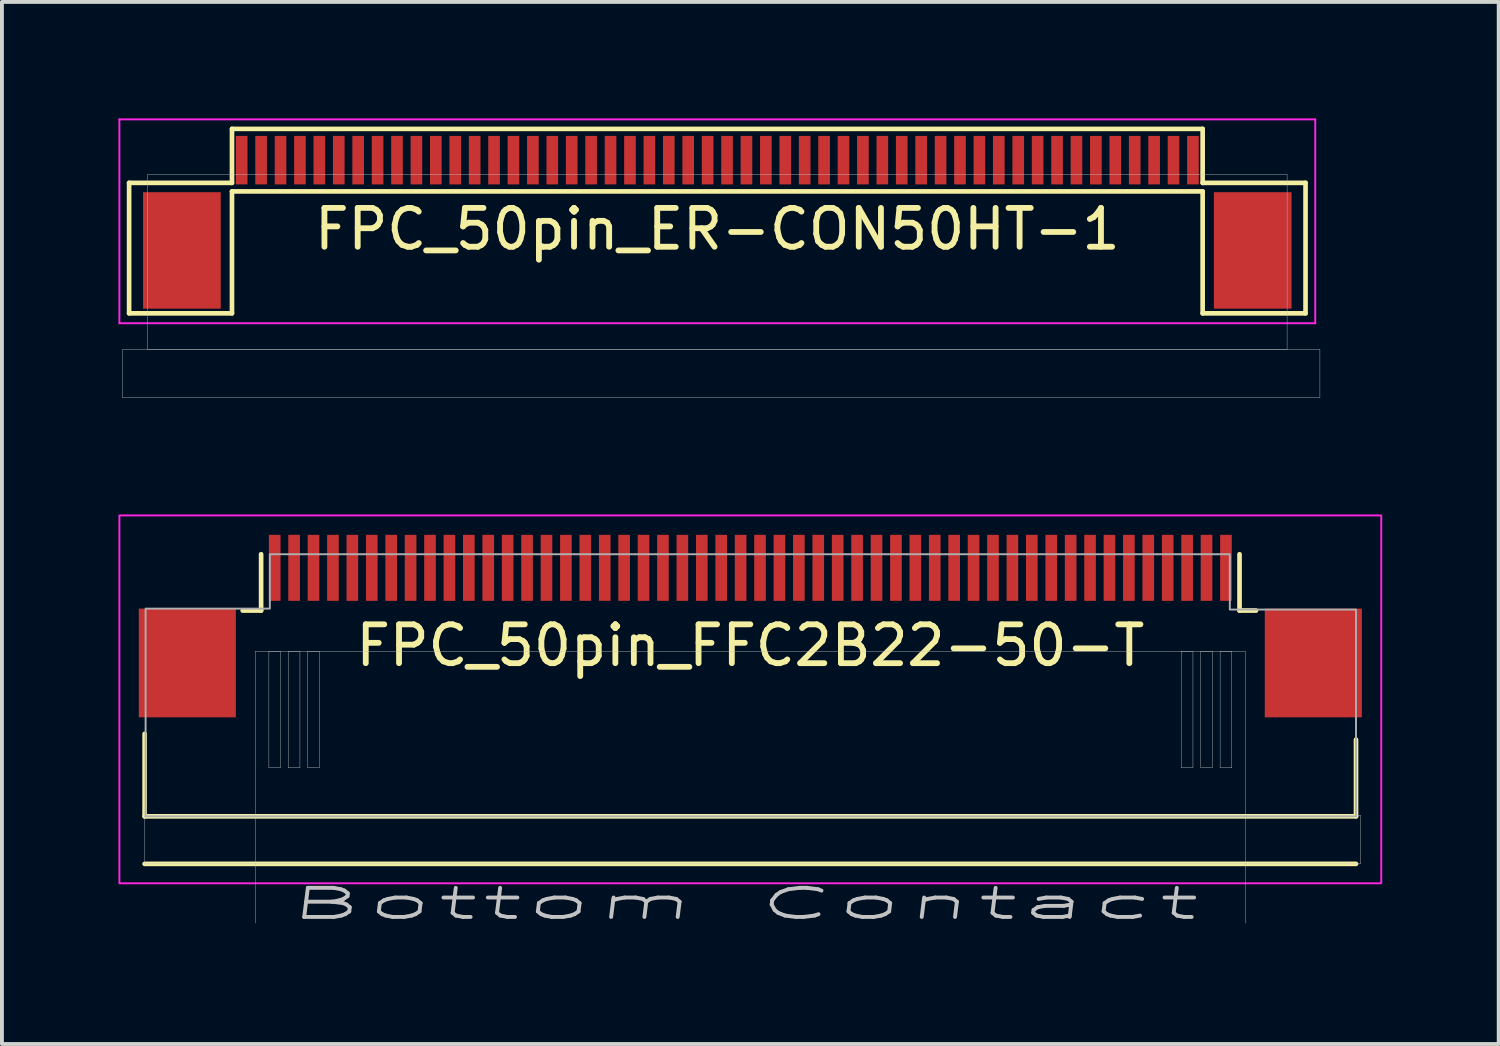
<source format=kicad_pcb>
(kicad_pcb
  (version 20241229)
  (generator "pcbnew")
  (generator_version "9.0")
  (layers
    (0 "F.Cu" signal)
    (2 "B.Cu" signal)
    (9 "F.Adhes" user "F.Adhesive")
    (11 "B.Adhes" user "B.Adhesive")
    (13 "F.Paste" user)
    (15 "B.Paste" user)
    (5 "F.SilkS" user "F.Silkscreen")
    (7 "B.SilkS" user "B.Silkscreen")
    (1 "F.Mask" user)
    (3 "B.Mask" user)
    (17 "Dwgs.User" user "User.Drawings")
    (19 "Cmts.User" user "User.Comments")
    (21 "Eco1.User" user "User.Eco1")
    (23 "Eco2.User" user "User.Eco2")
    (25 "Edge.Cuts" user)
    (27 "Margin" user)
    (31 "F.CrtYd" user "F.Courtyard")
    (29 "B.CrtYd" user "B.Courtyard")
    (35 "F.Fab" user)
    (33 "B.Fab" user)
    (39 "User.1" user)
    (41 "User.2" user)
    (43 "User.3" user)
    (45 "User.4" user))
  (footprint "FPC_50pin_FFC2B22-50-T"
    (layer "F.Cu")
    (at 16.275 13.725)
    (property "Reference" "FPC_50pin_FFC2B22-50-T" (at 0 -0.15 0) (layer "F.SilkS") (effects (font (size 1 1) (thickness 0.15))))
    (attr smd)
    (fp_line (start -15.6 4.25) (end -15.6 2.125) (stroke (width 0.12) (type solid)) (layer "F.SilkS"))
    (fp_line (start -13.075 -1.05) (end -12.6 -1.05) (stroke (width 0.12) (type solid)) (layer "F.SilkS"))
    (fp_line (start -12.6 -1.05) (end -12.6 -2.5) (stroke (width 0.12) (type solid)) (layer "F.SilkS"))
    (fp_line (start 12.6 -1.05) (end 12.6 -2.5) (stroke (width 0.12) (type solid)) (layer "F.SilkS"))
    (fp_line (start 13.025 -1.05) (end 12.6 -1.05) (stroke (width 0.12) (type solid)) (layer "F.SilkS"))
    (fp_line (start 15.6 4.25) (end -15.6 4.25) (stroke (width 0.12) (type solid)) (layer "F.SilkS"))
    (fp_line (start 15.6 4.25) (end 15.6 2.275) (stroke (width 0.12) (type solid)) (layer "F.SilkS"))
    (fp_line (start 15.6 5.475) (end -15.6 5.475) (stroke (width 0.12) (type solid)) (layer "F.SilkS"))
    (fp_line (start -12.75 0) (end -12.75 7) (stroke (width 0.01) (type solid)) (layer "Dwgs.User"))
    (fp_line (start -12.75 0) (end 12.75 0) (stroke (width 0.01) (type solid)) (layer "Dwgs.User"))
    (fp_line (start 12.75 0) (end 12.75 7) (stroke (width 0.01) (type solid)) (layer "Dwgs.User"))
    (fp_rect (start -12.4 0) (end -12.1 3) (stroke (width 0.01) (type solid)) (fill no) (layer "Dwgs.User"))
    (fp_rect (start -11.9 0) (end -11.6 3) (stroke (width 0.01) (type solid)) (fill no) (layer "Dwgs.User"))
    (fp_rect (start -11.4 0) (end -11.1 3) (stroke (width 0.01) (type solid)) (fill no) (layer "Dwgs.User"))
    (fp_rect (start 11.1 0) (end 11.4 3) (stroke (width 0.01) (type solid)) (fill no) (layer "Dwgs.User"))
    (fp_rect (start 11.6 0) (end 11.9 3) (stroke (width 0.01) (type solid)) (fill no) (layer "Dwgs.User"))
    (fp_rect (start 12.1 0) (end 12.4 3) (stroke (width 0.01) (type solid)) (fill no) (layer "Dwgs.User"))
    (fp_poly (pts (xy 15.72 5.475) (xy -15.595 5.475) (xy -15.595 4.225) (xy 15.72 4.225)) (stroke (width 0.01) (type solid)) (fill no) (layer "Dwgs.User"))
    (fp_rect (start -16.25 -3.5) (end 16.25 5.975) (stroke (width 0.05) (type solid)) (fill no) (layer "F.CrtYd"))
    (fp_poly (pts (xy 12.35 -1.075) (xy 15.6 -1.075) (xy 15.6 4.25) (xy -15.575 4.25) (xy -15.575 -1.1) (xy -12.375 -1.1) (xy -12.375 -2.5) (xy 12.35 -2.5)) (stroke (width 0.05) (type solid)) (fill no) (layer "F.Fab"))
    (fp_text user "Bottom Contact" (at -0.2 6.5 0) (unlocked yes) (layer "Dwgs.User") (effects (font (size 0.75 2) (thickness 0.1) (italic yes))))
    (pad "1" smd rect (at 12.25 -2.15) (size 0.3 1.7) (layers "F.Cu" "F.Mask" "F.Paste"))
    (pad "2" smd rect (at 11.75 -2.15) (size 0.3 1.7) (layers "F.Cu" "F.Mask" "F.Paste"))
    (pad "3" smd rect (at 11.25 -2.15) (size 0.3 1.7) (layers "F.Cu" "F.Mask" "F.Paste"))
    (pad "4" smd rect (at 10.75 -2.15) (size 0.3 1.7) (layers "F.Cu" "F.Mask" "F.Paste"))
    (pad "5" smd rect (at 10.25 -2.15) (size 0.3 1.7) (layers "F.Cu" "F.Mask" "F.Paste"))
    (pad "6" smd rect (at 9.75 -2.15) (size 0.3 1.7) (layers "F.Cu" "F.Mask" "F.Paste"))
    (pad "7" smd rect (at 9.25 -2.15) (size 0.3 1.7) (layers "F.Cu" "F.Mask" "F.Paste"))
    (pad "8" smd rect (at 8.75 -2.15) (size 0.3 1.7) (layers "F.Cu" "F.Mask" "F.Paste"))
    (pad "9" smd rect (at 8.25 -2.15) (size 0.3 1.7) (layers "F.Cu" "F.Mask" "F.Paste"))
    (pad "10" smd rect (at 7.75 -2.15) (size 0.3 1.7) (layers "F.Cu" "F.Mask" "F.Paste"))
    (pad "11" smd rect (at 7.25 -2.15) (size 0.3 1.7) (layers "F.Cu" "F.Mask" "F.Paste"))
    (pad "12" smd rect (at 6.75 -2.15) (size 0.3 1.7) (layers "F.Cu" "F.Mask" "F.Paste"))
    (pad "13" smd rect (at 6.25 -2.15) (size 0.3 1.7) (layers "F.Cu" "F.Mask" "F.Paste"))
    (pad "14" smd rect (at 5.75 -2.15) (size 0.3 1.7) (layers "F.Cu" "F.Mask" "F.Paste"))
    (pad "15" smd rect (at 5.25 -2.15) (size 0.3 1.7) (layers "F.Cu" "F.Mask" "F.Paste"))
    (pad "16" smd rect (at 4.75 -2.15) (size 0.3 1.7) (layers "F.Cu" "F.Mask" "F.Paste"))
    (pad "17" smd rect (at 4.25 -2.15) (size 0.3 1.7) (layers "F.Cu" "F.Mask" "F.Paste"))
    (pad "18" smd rect (at 3.75 -2.15) (size 0.3 1.7) (layers "F.Cu" "F.Mask" "F.Paste"))
    (pad "19" smd rect (at 3.25 -2.15) (size 0.3 1.7) (layers "F.Cu" "F.Mask" "F.Paste"))
    (pad "20" smd rect (at 2.75 -2.15) (size 0.3 1.7) (layers "F.Cu" "F.Mask" "F.Paste"))
    (pad "21" smd rect (at 2.25 -2.15) (size 0.3 1.7) (layers "F.Cu" "F.Mask" "F.Paste"))
    (pad "22" smd rect (at 1.75 -2.15) (size 0.3 1.7) (layers "F.Cu" "F.Mask" "F.Paste"))
    (pad "23" smd rect (at 1.25 -2.15) (size 0.3 1.7) (layers "F.Cu" "F.Mask" "F.Paste"))
    (pad "24" smd rect (at 0.75 -2.15) (size 0.3 1.7) (layers "F.Cu" "F.Mask" "F.Paste"))
    (pad "25" smd rect (at 0.25 -2.15) (size 0.3 1.7) (layers "F.Cu" "F.Mask" "F.Paste"))
    (pad "26" smd rect (at -0.25 -2.15) (size 0.3 1.7) (layers "F.Cu" "F.Mask" "F.Paste"))
    (pad "27" smd rect (at -0.75 -2.15) (size 0.3 1.7) (layers "F.Cu" "F.Mask" "F.Paste"))
    (pad "28" smd rect (at -1.25 -2.15) (size 0.3 1.7) (layers "F.Cu" "F.Mask" "F.Paste"))
    (pad "29" smd rect (at -1.75 -2.15) (size 0.3 1.7) (layers "F.Cu" "F.Mask" "F.Paste"))
    (pad "30" smd rect (at -2.25 -2.15) (size 0.3 1.7) (layers "F.Cu" "F.Mask" "F.Paste"))
    (pad "31" smd rect (at -2.75 -2.15) (size 0.3 1.7) (layers "F.Cu" "F.Mask" "F.Paste"))
    (pad "32" smd rect (at -3.25 -2.15) (size 0.3 1.7) (layers "F.Cu" "F.Mask" "F.Paste"))
    (pad "33" smd rect (at -3.75 -2.15) (size 0.3 1.7) (layers "F.Cu" "F.Mask" "F.Paste"))
    (pad "34" smd rect (at -4.25 -2.15) (size 0.3 1.7) (layers "F.Cu" "F.Mask" "F.Paste"))
    (pad "35" smd rect (at -4.75 -2.15) (size 0.3 1.7) (layers "F.Cu" "F.Mask" "F.Paste"))
    (pad "36" smd rect (at -5.25 -2.15) (size 0.3 1.7) (layers "F.Cu" "F.Mask" "F.Paste"))
    (pad "37" smd rect (at -5.75 -2.15) (size 0.3 1.7) (layers "F.Cu" "F.Mask" "F.Paste"))
    (pad "38" smd rect (at -6.25 -2.15) (size 0.3 1.7) (layers "F.Cu" "F.Mask" "F.Paste"))
    (pad "39" smd rect (at -6.75 -2.15) (size 0.3 1.7) (layers "F.Cu" "F.Mask" "F.Paste"))
    (pad "40" smd rect (at -7.25 -2.15) (size 0.3 1.7) (layers "F.Cu" "F.Mask" "F.Paste"))
    (pad "41" smd rect (at -7.75 -2.15) (size 0.3 1.7) (layers "F.Cu" "F.Mask" "F.Paste"))
    (pad "42" smd rect (at -8.25 -2.15) (size 0.3 1.7) (layers "F.Cu" "F.Mask" "F.Paste"))
    (pad "43" smd rect (at -8.75 -2.15) (size 0.3 1.7) (layers "F.Cu" "F.Mask" "F.Paste"))
    (pad "44" smd rect (at -9.25 -2.15) (size 0.3 1.7) (layers "F.Cu" "F.Mask" "F.Paste"))
    (pad "45" smd rect (at -9.75 -2.15) (size 0.3 1.7) (layers "F.Cu" "F.Mask" "F.Paste"))
    (pad "46" smd rect (at -10.25 -2.15) (size 0.3 1.7) (layers "F.Cu" "F.Mask" "F.Paste"))
    (pad "47" smd rect (at -10.75 -2.15) (size 0.3 1.7) (layers "F.Cu" "F.Mask" "F.Paste"))
    (pad "48" smd rect (at -11.25 -2.15) (size 0.3 1.7) (layers "F.Cu" "F.Mask" "F.Paste"))
    (pad "49" smd rect (at -11.75 -2.15) (size 0.3 1.7) (layers "F.Cu" "F.Mask" "F.Paste"))
    (pad "50" smd rect (at -12.25 -2.15) (size 0.3 1.7) (layers "F.Cu" "F.Mask" "F.Paste"))
    (pad "SH1" smd rect (at -14.5 0.3) (size 2.5 2.8) (layers "F.Cu" "F.Mask" "F.Paste"))
    (pad "SH2" smd rect (at 14.5 0.3) (size 2.5 2.8) (layers "F.Cu" "F.Mask" "F.Paste"))
    (zone (net_name "") (layer "F.SilkS") (name "FPC slide") (hatch edge 0.508) (connect_pads) (min_thickness 0.254) (filled_areas_thickness no) (keepout (tracks allowed) (vias allowed) (pads not_allowed) (copperpour allowed) (footprints not_allowed)) (placement (enabled no)) (fill) (polygon (pts (xy 31.675 17.75) (xy 0.875 17.75) (xy 0.875 15.745) (xy 31.675 15.745)))))
  (footprint "FPC_50pin_ER-CON50HT-1"
    (layer "F.Cu")
    (at 15.425 1.075)
    (property "Reference" "FPC_50pin_ER-CON50HT-1" (at 0 1.775 0) (layer "F.SilkS") (effects (font (size 1 1) (thickness 0.15))))
    (attr smd)
    (fp_line (start -15.15 0.585) (end -12.5 0.585) (stroke (width 0.12) (type solid)) (layer "F.SilkS"))
    (fp_line (start -15.15 3.945) (end -15.15 0.585) (stroke (width 0.12) (type solid)) (layer "F.SilkS"))
    (fp_line (start -12.5 -0.805) (end 12.5 -0.805) (stroke (width 0.12) (type solid)) (layer "F.SilkS"))
    (fp_line (start -12.5 0.585) (end -12.5 -0.805) (stroke (width 0.12) (type solid)) (layer "F.SilkS"))
    (fp_line (start -12.5 0.805) (end -12.5 3.945) (stroke (width 0.12) (type solid)) (layer "F.SilkS"))
    (fp_line (start -12.5 0.805) (end 12.5 0.805) (stroke (width 0.12) (type solid)) (layer "F.SilkS"))
    (fp_line (start -12.5 3.945) (end -15.15 3.945) (stroke (width 0.12) (type solid)) (layer "F.SilkS"))
    (fp_line (start 12.5 0.585) (end 12.5 -0.805) (stroke (width 0.12) (type solid)) (layer "F.SilkS"))
    (fp_line (start 12.5 0.805) (end 12.5 3.945) (stroke (width 0.12) (type solid)) (layer "F.SilkS"))
    (fp_line (start 12.5 3.945) (end 15.15 3.945) (stroke (width 0.12) (type solid)) (layer "F.SilkS"))
    (fp_line (start 15.15 0.585) (end 12.5 0.585) (stroke (width 0.12) (type solid)) (layer "F.SilkS"))
    (fp_line (start 15.15 3.945) (end 15.15 0.585) (stroke (width 0.12) (type solid)) (layer "F.SilkS"))
    (fp_line (start -14.675 0.37) (end -14.675 4.87) (stroke (width 0.01) (type solid)) (layer "Dwgs.User"))
    (fp_line (start -14.675 0.37) (end 14.675 0.37) (stroke (width 0.01) (type solid)) (layer "Dwgs.User"))
    (fp_line (start -14.675 4.87) (end 14.675 4.87) (stroke (width 0.01) (type solid)) (layer "Dwgs.User"))
    (fp_line (start 14.675 0.37) (end 14.675 4.87) (stroke (width 0.01) (type solid)) (layer "Dwgs.User"))
    (fp_poly (pts (xy 15.52 6.12) (xy -15.32 6.12) (xy -15.32 4.87) (xy 15.52 4.87)) (stroke (width 0.01) (type solid)) (fill no) (layer "Dwgs.User"))
    (fp_line (start -15.4 -1.05) (end -15.4 4.2) (stroke (width 0.05) (type solid)) (layer "F.CrtYd"))
    (fp_line (start -15.4 -1.05) (end 15.4 -1.05) (stroke (width 0.05) (type solid)) (layer "F.CrtYd"))
    (fp_line (start -15.4 4.2) (end 15.4 4.2) (stroke (width 0.05) (type solid)) (layer "F.CrtYd"))
    (fp_line (start 15.4 -1.05) (end 15.4 4.2) (stroke (width 0.05) (type solid)) (layer "F.CrtYd"))
    (pad "0" smd rect (at -13.79 2.325) (size 2 3) (layers "F.Cu" "F.Mask" "F.Paste"))
    (pad "0" smd rect (at 13.79 2.325) (size 2 3) (layers "F.Cu" "F.Mask" "F.Paste"))
    (pad "1" smd rect (at -12.25 0) (size 0.3 1.25) (layers "F.Cu" "F.Mask" "F.Paste"))
    (pad "2" smd rect (at -11.75 0) (size 0.3 1.25) (layers "F.Cu" "F.Mask" "F.Paste"))
    (pad "3" smd rect (at -11.25 0) (size 0.3 1.25) (layers "F.Cu" "F.Mask" "F.Paste"))
    (pad "4" smd rect (at -10.75 0) (size 0.3 1.25) (layers "F.Cu" "F.Mask" "F.Paste"))
    (pad "5" smd rect (at -10.25 0) (size 0.3 1.25) (layers "F.Cu" "F.Mask" "F.Paste"))
    (pad "6" smd rect (at -9.75 0) (size 0.3 1.25) (layers "F.Cu" "F.Mask" "F.Paste"))
    (pad "7" smd rect (at -9.25 0) (size 0.3 1.25) (layers "F.Cu" "F.Mask" "F.Paste"))
    (pad "8" smd rect (at -8.75 0) (size 0.3 1.25) (layers "F.Cu" "F.Mask" "F.Paste"))
    (pad "9" smd rect (at -8.25 0) (size 0.3 1.25) (layers "F.Cu" "F.Mask" "F.Paste"))
    (pad "10" smd rect (at -7.75 0) (size 0.3 1.25) (layers "F.Cu" "F.Mask" "F.Paste"))
    (pad "11" smd rect (at -7.25 0) (size 0.3 1.25) (layers "F.Cu" "F.Mask" "F.Paste"))
    (pad "12" smd rect (at -6.75 0) (size 0.3 1.25) (layers "F.Cu" "F.Mask" "F.Paste"))
    (pad "13" smd rect (at -6.25 0) (size 0.3 1.25) (layers "F.Cu" "F.Mask" "F.Paste"))
    (pad "14" smd rect (at -5.75 0) (size 0.3 1.25) (layers "F.Cu" "F.Mask" "F.Paste"))
    (pad "15" smd rect (at -5.25 0) (size 0.3 1.25) (layers "F.Cu" "F.Mask" "F.Paste"))
    (pad "16" smd rect (at -4.75 0) (size 0.3 1.25) (layers "F.Cu" "F.Mask" "F.Paste"))
    (pad "17" smd rect (at -4.25 0) (size 0.3 1.25) (layers "F.Cu" "F.Mask" "F.Paste"))
    (pad "18" smd rect (at -3.75 0) (size 0.3 1.25) (layers "F.Cu" "F.Mask" "F.Paste"))
    (pad "19" smd rect (at -3.25 0) (size 0.3 1.25) (layers "F.Cu" "F.Mask" "F.Paste"))
    (pad "20" smd rect (at -2.75 0) (size 0.3 1.25) (layers "F.Cu" "F.Mask" "F.Paste"))
    (pad "21" smd rect (at -2.25 0) (size 0.3 1.25) (layers "F.Cu" "F.Mask" "F.Paste"))
    (pad "22" smd rect (at -1.75 0) (size 0.3 1.25) (layers "F.Cu" "F.Mask" "F.Paste"))
    (pad "23" smd rect (at -1.25 0) (size 0.3 1.25) (layers "F.Cu" "F.Mask" "F.Paste"))
    (pad "24" smd rect (at -0.75 0) (size 0.3 1.25) (layers "F.Cu" "F.Mask" "F.Paste"))
    (pad "25" smd rect (at -0.25 0) (size 0.3 1.25) (layers "F.Cu" "F.Mask" "F.Paste"))
    (pad "26" smd rect (at 0.25 0) (size 0.3 1.25) (layers "F.Cu" "F.Mask" "F.Paste"))
    (pad "27" smd rect (at 0.75 0) (size 0.3 1.25) (layers "F.Cu" "F.Mask" "F.Paste"))
    (pad "28" smd rect (at 1.25 0) (size 0.3 1.25) (layers "F.Cu" "F.Mask" "F.Paste"))
    (pad "29" smd rect (at 1.75 0) (size 0.3 1.25) (layers "F.Cu" "F.Mask" "F.Paste"))
    (pad "30" smd rect (at 2.25 0) (size 0.3 1.25) (layers "F.Cu" "F.Mask" "F.Paste"))
    (pad "31" smd rect (at 2.75 0) (size 0.3 1.25) (layers "F.Cu" "F.Mask" "F.Paste"))
    (pad "32" smd rect (at 3.25 0) (size 0.3 1.25) (layers "F.Cu" "F.Mask" "F.Paste"))
    (pad "33" smd rect (at 3.75 0) (size 0.3 1.25) (layers "F.Cu" "F.Mask" "F.Paste"))
    (pad "34" smd rect (at 4.25 0) (size 0.3 1.25) (layers "F.Cu" "F.Mask" "F.Paste"))
    (pad "35" smd rect (at 4.75 0) (size 0.3 1.25) (layers "F.Cu" "F.Mask" "F.Paste"))
    (pad "36" smd rect (at 5.25 0) (size 0.3 1.25) (layers "F.Cu" "F.Mask" "F.Paste"))
    (pad "37" smd rect (at 5.75 0) (size 0.3 1.25) (layers "F.Cu" "F.Mask" "F.Paste"))
    (pad "38" smd rect (at 6.25 0) (size 0.3 1.25) (layers "F.Cu" "F.Mask" "F.Paste"))
    (pad "39" smd rect (at 6.75 0) (size 0.3 1.25) (layers "F.Cu" "F.Mask" "F.Paste"))
    (pad "40" smd rect (at 7.25 0) (size 0.3 1.25) (layers "F.Cu" "F.Mask" "F.Paste"))
    (pad "41" smd rect (at 7.75 0) (size 0.3 1.25) (layers "F.Cu" "F.Mask" "F.Paste"))
    (pad "42" smd rect (at 8.25 0) (size 0.3 1.25) (layers "F.Cu" "F.Mask" "F.Paste"))
    (pad "43" smd rect (at 8.75 0) (size 0.3 1.25) (layers "F.Cu" "F.Mask" "F.Paste"))
    (pad "44" smd rect (at 9.25 0) (size 0.3 1.25) (layers "F.Cu" "F.Mask" "F.Paste"))
    (pad "45" smd rect (at 9.75 0) (size 0.3 1.25) (layers "F.Cu" "F.Mask" "F.Paste"))
    (pad "46" smd rect (at 10.25 0) (size 0.3 1.25) (layers "F.Cu" "F.Mask" "F.Paste"))
    (pad "47" smd rect (at 10.75 0) (size 0.3 1.25) (layers "F.Cu" "F.Mask" "F.Paste"))
    (pad "48" smd rect (at 11.25 0) (size 0.3 1.25) (layers "F.Cu" "F.Mask" "F.Paste"))
    (pad "49" smd rect (at 11.75 0) (size 0.3 1.25) (layers "F.Cu" "F.Mask" "F.Paste"))
    (pad "50" smd rect (at 12.25 0) (size 0.3 1.25) (layers "F.Cu" "F.Mask" "F.Paste")))
  (gr_rect
    (start -3 -3)
    (end 35.55 23.839)
    (stroke (width 0.1) (type default))
    (fill no)
    (layer "Edge.Cuts")))
</source>
